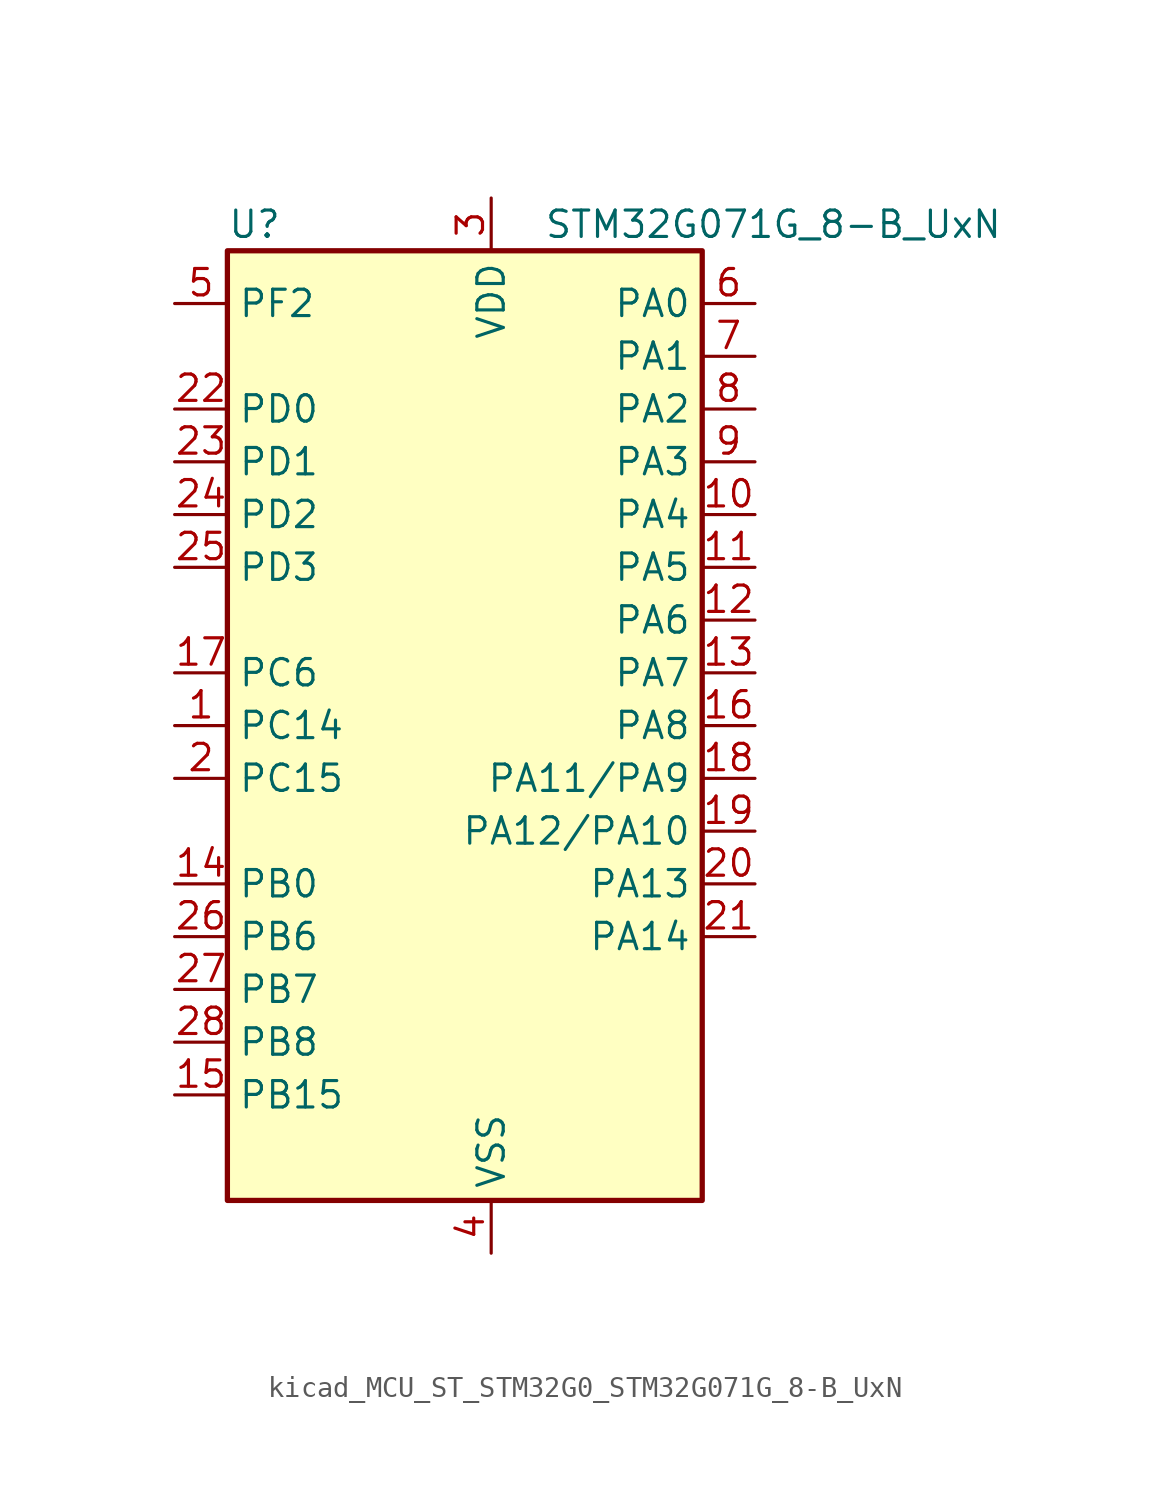
<source format=kicad_sym>
(kicad_symbol_lib
  (version 20220914)
  (generator kicad_symbol_editor)
  (symbol "kicad_MCU_ST_STM32G0_STM32G071G_8-B_UxN"
    (property "Reference" "U"
      (at -10.16 24.13 0)
      (effects (font (size 1.27 1.27)) (justify left)))
    (property "Value" "STM32G071G_8-B_UxN"
      (at 5.08 24.13 0)
      (effects (font (size 1.27 1.27)) (justify left)))
    (property "ki_locked" ""
      (at 0 0 0)
      (effects (font (size 1.27 1.27))))
    (symbol "kicad_MCU_ST_STM32G0_STM32G071G_8-B_UxN_0_1"
      (rectangle (start -10.16 -22.86) (end 12.7 22.86) (stroke (width 0.254) (type default)) (fill (type background))))
    (symbol "kicad_MCU_ST_STM32G0_STM32G071G_8-B_UxN_1_1"
      (pin bidirectional line (at -12.7 0 0) (length 2.54) (name "PC14" (effects (font (size 1.27 1.27)))) (number "1" (effects (font (size 1.27 1.27)))) (alternate "RCC_OSC32_IN" bidirectional line) (alternate "RCC_OSC_IN" bidirectional line) (alternate "TIM1_BK2" bidirectional line))
      (pin bidirectional line (at 15.24 10.16 180) (length 2.54) (name "PA4" (effects (font (size 1.27 1.27)))) (number "10" (effects (font (size 1.27 1.27)))) (alternate "ADC1_IN4" bidirectional line) (alternate "DAC1_OUT1" bidirectional line) (alternate "I2S1_WS" bidirectional line) (alternate "LPTIM2_OUT" bidirectional line) (alternate "RTC_OUT_ALARM" bidirectional line) (alternate "RTC_OUT_CALIB" bidirectional line) (alternate "RTC_TAMP_IN1" bidirectional line) (alternate "RTC_TS" bidirectional line) (alternate "SPI1_NSS" bidirectional line) (alternate "SPI2_MOSI" bidirectional line) (alternate "SYS_WKUP2" bidirectional line) (alternate "TIM14_CH1" bidirectional line) (alternate "UCPD2_FRSTX1" bidirectional line) (alternate "UCPD2_FRSTX2" bidirectional line))
      (pin bidirectional line (at 15.24 7.62 180) (length 2.54) (name "PA5" (effects (font (size 1.27 1.27)))) (number "11" (effects (font (size 1.27 1.27)))) (alternate "ADC1_IN5" bidirectional line) (alternate "CEC" bidirectional line) (alternate "DAC1_OUT2" bidirectional line) (alternate "I2S1_CK" bidirectional line) (alternate "LPTIM2_ETR" bidirectional line) (alternate "SPI1_SCK" bidirectional line) (alternate "TIM2_CH1" bidirectional line) (alternate "TIM2_ETR" bidirectional line) (alternate "UCPD1_FRSTX1" bidirectional line) (alternate "UCPD1_FRSTX2" bidirectional line) (alternate "USART3_TX" bidirectional line))
      (pin bidirectional line (at 15.24 5.08 180) (length 2.54) (name "PA6" (effects (font (size 1.27 1.27)))) (number "12" (effects (font (size 1.27 1.27)))) (alternate "ADC1_IN6" bidirectional line) (alternate "COMP1_OUT" bidirectional line) (alternate "I2S1_MCK" bidirectional line) (alternate "LPUART1_CTS" bidirectional line) (alternate "SPI1_MISO" bidirectional line) (alternate "TIM16_CH1" bidirectional line) (alternate "TIM1_BK" bidirectional line) (alternate "TIM3_CH1" bidirectional line) (alternate "USART3_CTS" bidirectional line) (alternate "USART3_NSS" bidirectional line))
      (pin bidirectional line (at 15.24 2.54 180) (length 2.54) (name "PA7" (effects (font (size 1.27 1.27)))) (number "13" (effects (font (size 1.27 1.27)))) (alternate "ADC1_IN7" bidirectional line) (alternate "COMP2_OUT" bidirectional line) (alternate "I2S1_SD" bidirectional line) (alternate "SPI1_MOSI" bidirectional line) (alternate "TIM14_CH1" bidirectional line) (alternate "TIM17_CH1" bidirectional line) (alternate "TIM1_CH1N" bidirectional line) (alternate "TIM3_CH2" bidirectional line) (alternate "UCPD1_FRSTX1" bidirectional line) (alternate "UCPD1_FRSTX2" bidirectional line))
      (pin bidirectional line (at -12.7 -7.62 0) (length 2.54) (name "PB0" (effects (font (size 1.27 1.27)))) (number "14" (effects (font (size 1.27 1.27)))) (alternate "ADC1_IN8" bidirectional line) (alternate "COMP1_OUT" bidirectional line) (alternate "I2S1_WS" bidirectional line) (alternate "LPTIM1_OUT" bidirectional line) (alternate "SPI1_NSS" bidirectional line) (alternate "TIM1_CH2N" bidirectional line) (alternate "TIM3_CH3" bidirectional line) (alternate "UCPD1_DBCC2" bidirectional line) (alternate "UCPD1_FRSTX1" bidirectional line) (alternate "UCPD1_FRSTX2" bidirectional line) (alternate "USART3_RX" bidirectional line))
      (pin bidirectional line (at -12.7 -17.78 0) (length 2.54) (name "PB15" (effects (font (size 1.27 1.27)))) (number "15" (effects (font (size 1.27 1.27)))) (alternate "RTC_REFIN" bidirectional line) (alternate "SPI2_MOSI" bidirectional line) (alternate "TIM15_CH1N" bidirectional line) (alternate "TIM15_CH2" bidirectional line) (alternate "TIM1_CH3N" bidirectional line) (alternate "UCPD1_CC2" bidirectional line))
      (pin bidirectional line (at 15.24 0 180) (length 2.54) (name "PA8" (effects (font (size 1.27 1.27)))) (number "16" (effects (font (size 1.27 1.27)))) (alternate "LPTIM2_OUT" bidirectional line) (alternate "RCC_MCO" bidirectional line) (alternate "SPI2_NSS" bidirectional line) (alternate "TIM1_CH1" bidirectional line) (alternate "UCPD1_CC1" bidirectional line))
      (pin bidirectional line (at -12.7 2.54 0) (length 2.54) (name "PC6" (effects (font (size 1.27 1.27)))) (number "17" (effects (font (size 1.27 1.27)))) (alternate "TIM2_CH3" bidirectional line) (alternate "TIM3_CH1" bidirectional line) (alternate "UCPD1_DBCC1" bidirectional line) (alternate "UCPD1_FRSTX1" bidirectional line) (alternate "UCPD1_FRSTX2" bidirectional line))
      (pin bidirectional line (at 15.24 -2.54 180) (length 2.54) (name "PA11/PA9" (effects (font (size 1.27 1.27)))) (number "18" (effects (font (size 1.27 1.27)))) (alternate "ADC1_EXTI11" bidirectional line) (alternate "COMP1_OUT" bidirectional line) (alternate "I2C2_SCL" bidirectional line) (alternate "I2S1_MCK" bidirectional line) (alternate "SPI1_MISO" bidirectional line) (alternate "TIM1_BK2" bidirectional line) (alternate "TIM1_CH4" bidirectional line) (alternate "USART1_CTS" bidirectional line) (alternate "USART1_NSS" bidirectional line))
      (pin bidirectional line (at 15.24 -5.08 180) (length 2.54) (name "PA12/PA10" (effects (font (size 1.27 1.27)))) (number "19" (effects (font (size 1.27 1.27)))) (alternate "COMP2_OUT" bidirectional line) (alternate "I2C2_SDA" bidirectional line) (alternate "I2S1_SD" bidirectional line) (alternate "I2S_CKIN" bidirectional line) (alternate "SPI1_MOSI" bidirectional line) (alternate "TIM1_ETR" bidirectional line) (alternate "USART1_CK" bidirectional line) (alternate "USART1_DE" bidirectional line) (alternate "USART1_RTS" bidirectional line))
      (pin bidirectional line (at -12.7 -2.54 0) (length 2.54) (name "PC15" (effects (font (size 1.27 1.27)))) (number "2" (effects (font (size 1.27 1.27)))) (alternate "RCC_OSC32_EN" bidirectional line) (alternate "RCC_OSC32_OUT" bidirectional line) (alternate "RCC_OSC_EN" bidirectional line) (alternate "TIM15_BK" bidirectional line))
      (pin bidirectional line (at 15.24 -7.62 180) (length 2.54) (name "PA13" (effects (font (size 1.27 1.27)))) (number "20" (effects (font (size 1.27 1.27)))) (alternate "IR_OUT" bidirectional line) (alternate "SYS_SWDIO" bidirectional line))
      (pin bidirectional line (at 15.24 -10.16 180) (length 2.54) (name "PA14" (effects (font (size 1.27 1.27)))) (number "21" (effects (font (size 1.27 1.27)))) (alternate "SYS_SWCLK" bidirectional line) (alternate "USART2_TX" bidirectional line))
      (pin bidirectional line (at -12.7 15.24 0) (length 2.54) (name "PD0" (effects (font (size 1.27 1.27)))) (number "22" (effects (font (size 1.27 1.27)))) (alternate "SPI2_NSS" bidirectional line) (alternate "TIM16_CH1" bidirectional line) (alternate "UCPD2_CC1" bidirectional line))
      (pin bidirectional line (at -12.7 12.7 0) (length 2.54) (name "PD1" (effects (font (size 1.27 1.27)))) (number "23" (effects (font (size 1.27 1.27)))) (alternate "SPI2_SCK" bidirectional line) (alternate "TIM17_CH1" bidirectional line) (alternate "UCPD2_DBCC1" bidirectional line))
      (pin bidirectional line (at -12.7 10.16 0) (length 2.54) (name "PD2" (effects (font (size 1.27 1.27)))) (number "24" (effects (font (size 1.27 1.27)))) (alternate "TIM1_CH1N" bidirectional line) (alternate "TIM3_ETR" bidirectional line) (alternate "UCPD2_CC2" bidirectional line) (alternate "USART3_CK" bidirectional line) (alternate "USART3_DE" bidirectional line) (alternate "USART3_RTS" bidirectional line))
      (pin bidirectional line (at -12.7 7.62 0) (length 2.54) (name "PD3" (effects (font (size 1.27 1.27)))) (number "25" (effects (font (size 1.27 1.27)))) (alternate "SPI2_MISO" bidirectional line) (alternate "TIM1_CH2N" bidirectional line) (alternate "UCPD2_DBCC2" bidirectional line) (alternate "USART2_CTS" bidirectional line) (alternate "USART2_NSS" bidirectional line))
      (pin bidirectional line (at -12.7 -10.16 0) (length 2.54) (name "PB6" (effects (font (size 1.27 1.27)))) (number "26" (effects (font (size 1.27 1.27)))) (alternate "COMP2_INP" bidirectional line) (alternate "I2C1_SCL" bidirectional line) (alternate "LPTIM1_ETR" bidirectional line) (alternate "SPI2_MISO" bidirectional line) (alternate "TIM16_CH1N" bidirectional line) (alternate "TIM1_CH3" bidirectional line) (alternate "USART1_TX" bidirectional line))
      (pin bidirectional line (at -12.7 -12.7 0) (length 2.54) (name "PB7" (effects (font (size 1.27 1.27)))) (number "27" (effects (font (size 1.27 1.27)))) (alternate "COMP2_INM" bidirectional line) (alternate "I2C1_SDA" bidirectional line) (alternate "LPTIM1_IN2" bidirectional line) (alternate "SPI2_MOSI" bidirectional line) (alternate "SYS_PVD_IN" bidirectional line) (alternate "TIM17_CH1N" bidirectional line) (alternate "USART1_RX" bidirectional line) (alternate "USART4_CTS" bidirectional line) (alternate "USART4_NSS" bidirectional line))
      (pin bidirectional line (at -12.7 -15.24 0) (length 2.54) (name "PB8" (effects (font (size 1.27 1.27)))) (number "28" (effects (font (size 1.27 1.27)))) (alternate "CEC" bidirectional line) (alternate "I2C1_SCL" bidirectional line) (alternate "SPI2_SCK" bidirectional line) (alternate "TIM15_BK" bidirectional line) (alternate "TIM16_CH1" bidirectional line) (alternate "USART3_TX" bidirectional line))
      (pin power_in line (at 2.54 25.4 270) (length 2.54) (name "VDD" (effects (font (size 1.27 1.27)))) (number "3" (effects (font (size 1.27 1.27)))))
      (pin power_in line (at 2.54 -25.4 90) (length 2.54) (name "VSS" (effects (font (size 1.27 1.27)))) (number "4" (effects (font (size 1.27 1.27)))))
      (pin bidirectional line (at -12.7 20.32 0) (length 2.54) (name "PF2" (effects (font (size 1.27 1.27)))) (number "5" (effects (font (size 1.27 1.27)))) (alternate "RCC_MCO" bidirectional line))
      (pin bidirectional line (at 15.24 20.32 180) (length 2.54) (name "PA0" (effects (font (size 1.27 1.27)))) (number "6" (effects (font (size 1.27 1.27)))) (alternate "ADC1_IN0" bidirectional line) (alternate "COMP1_INM" bidirectional line) (alternate "COMP1_OUT" bidirectional line) (alternate "LPTIM1_OUT" bidirectional line) (alternate "RTC_TAMP_IN2" bidirectional line) (alternate "SPI2_SCK" bidirectional line) (alternate "SYS_WKUP1" bidirectional line) (alternate "TIM2_CH1" bidirectional line) (alternate "TIM2_ETR" bidirectional line) (alternate "UCPD2_FRSTX1" bidirectional line) (alternate "UCPD2_FRSTX2" bidirectional line) (alternate "USART2_CTS" bidirectional line) (alternate "USART2_NSS" bidirectional line) (alternate "USART4_TX" bidirectional line))
      (pin bidirectional line (at 15.24 17.78 180) (length 2.54) (name "PA1" (effects (font (size 1.27 1.27)))) (number "7" (effects (font (size 1.27 1.27)))) (alternate "ADC1_IN1" bidirectional line) (alternate "COMP1_INP" bidirectional line) (alternate "I2C1_SMBA" bidirectional line) (alternate "I2S1_CK" bidirectional line) (alternate "SPI1_SCK" bidirectional line) (alternate "TIM15_CH1N" bidirectional line) (alternate "TIM2_CH2" bidirectional line) (alternate "USART2_CK" bidirectional line) (alternate "USART2_DE" bidirectional line) (alternate "USART2_RTS" bidirectional line) (alternate "USART4_RX" bidirectional line))
      (pin bidirectional line (at 15.24 15.24 180) (length 2.54) (name "PA2" (effects (font (size 1.27 1.27)))) (number "8" (effects (font (size 1.27 1.27)))) (alternate "ADC1_IN2" bidirectional line) (alternate "COMP2_INM" bidirectional line) (alternate "COMP2_OUT" bidirectional line) (alternate "I2S1_SD" bidirectional line) (alternate "LPUART1_TX" bidirectional line) (alternate "RCC_LSCO" bidirectional line) (alternate "SPI1_MOSI" bidirectional line) (alternate "SYS_WKUP4" bidirectional line) (alternate "TIM15_CH1" bidirectional line) (alternate "TIM2_CH3" bidirectional line) (alternate "UCPD1_FRSTX1" bidirectional line) (alternate "UCPD1_FRSTX2" bidirectional line) (alternate "USART2_TX" bidirectional line))
      (pin bidirectional line (at 15.24 12.7 180) (length 2.54) (name "PA3" (effects (font (size 1.27 1.27)))) (number "9" (effects (font (size 1.27 1.27)))) (alternate "ADC1_IN3" bidirectional line) (alternate "COMP2_INP" bidirectional line) (alternate "LPUART1_RX" bidirectional line) (alternate "SPI2_MISO" bidirectional line) (alternate "TIM15_CH2" bidirectional line) (alternate "TIM2_CH4" bidirectional line) (alternate "UCPD2_FRSTX1" bidirectional line) (alternate "UCPD2_FRSTX2" bidirectional line) (alternate "USART2_RX" bidirectional line)))))
</source>
